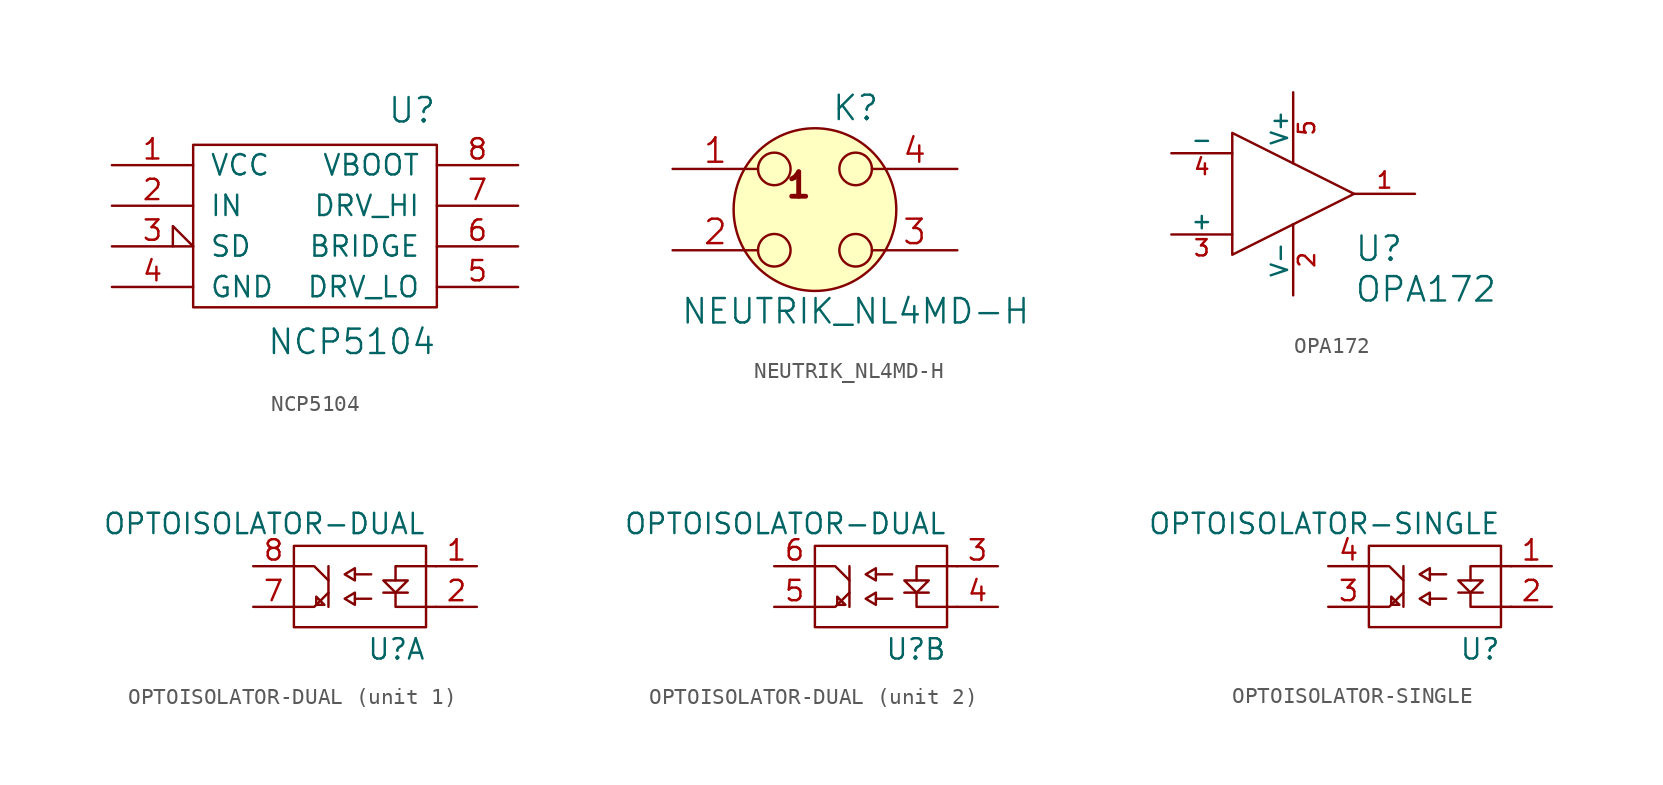
<source format=kicad_sym>
(kicad_symbol_lib
  (version 20211014)
  (generator kicad_symbol_editor)
  (symbol "NCP5104"
    (pin_names
      (offset 1.016))
    (property "Reference" "U"
      (at 7.62 6.35 0)
      (effects (font (size 1.524 1.524)) (justify right bottom)))
    (property "Value" "NCP5104"
      (at 7.62 -6.35 0)
      (effects (font (size 1.524 1.524)) (justify right top)))
    (symbol "NCP5104_0_1"
      (rectangle (start -7.62 5.08) (end 7.62 -5.08) (stroke (width 0) (type default) (color 0 0 0 0)) (fill (type none))))
    (symbol "NCP5104_1_1"
      (pin power_in line (at -12.7 3.81 0) (length 5.08) (name "VCC" (effects (font (size 1.27 1.27)))) (number "1" (effects (font (size 1.27 1.27)))))
      (pin input line (at -12.7 1.27 0) (length 5.08) (name "IN" (effects (font (size 1.27 1.27)))) (number "2" (effects (font (size 1.27 1.27)))))
      (pin input input_low (at -12.7 -1.27 0) (length 5.08) (name "SD" (effects (font (size 1.27 1.27)))) (number "3" (effects (font (size 1.27 1.27)))))
      (pin power_out line (at -12.7 -3.81 0) (length 5.08) (name "GND" (effects (font (size 1.27 1.27)))) (number "4" (effects (font (size 1.27 1.27)))))
      (pin output line (at 12.7 -3.81 180) (length 5.08) (name "DRV_LO" (effects (font (size 1.27 1.27)))) (number "5" (effects (font (size 1.27 1.27)))))
      (pin input line (at 12.7 -1.27 180) (length 5.08) (name "BRIDGE" (effects (font (size 1.27 1.27)))) (number "6" (effects (font (size 1.27 1.27)))))
      (pin output line (at 12.7 1.27 180) (length 5.08) (name "DRV_HI" (effects (font (size 1.27 1.27)))) (number "7" (effects (font (size 1.27 1.27)))))
      (pin output line (at 12.7 3.81 180) (length 5.08) (name "VBOOT" (effects (font (size 1.27 1.27)))) (number "8" (effects (font (size 1.27 1.27)))))))
  (symbol "NEUTRIK_NL4MD-H"
    (pin_names
      (offset 0.762) hide)
    (property "Reference" "K"
      (at 2.54 6.35 0)
      (effects (font (size 1.524 1.524))))
    (property "Value" "NEUTRIK_NL4MD-H"
      (at 2.54 -6.35 0)
      (effects (font (size 1.524 1.524))))
    (property "Footprint" ""
      (at 0 0 0)
      (effects (font (size 1.524 1.524))))
    (property "Datasheet" ""
      (at 0 0 0)
      (effects (font (size 1.524 1.524))))
    (symbol "NEUTRIK_NL4MD-H_0_1"
      (circle (center -2.54 -2.54) (radius 1.016) (stroke (width 0) (type default) (color 0 0 0 0)) (fill (type none)))
      (circle (center -2.54 2.54) (radius 1.016) (stroke (width 0) (type default) (color 0 0 0 0)) (fill (type none)))
      (circle (center 0 0) (radius 5.08) (stroke (width 0) (type default) (color 0 0 0 0)) (fill (type background)))
      (circle (center 2.54 -2.54) (radius 1.016) (stroke (width 0) (type default) (color 0 0 0 0)) (fill (type none)))
      (circle (center 2.54 2.54) (radius 1.016) (stroke (width 0) (type default) (color 0 0 0 0)) (fill (type none)))
      (text "1" (at -1.016 1.524 0) (effects (font (size 1.524 1.524) bold))))
    (symbol "NEUTRIK_NL4MD-H_1_1"
      (pin passive line (at -8.89 2.54 0) (length 5.334) (name "1+" (effects (font (size 1.524 1.524)))) (number "1" (effects (font (size 1.524 1.524)))))
      (pin passive line (at -8.89 -2.54 0) (length 5.334) (name "1-" (effects (font (size 1.524 1.524)))) (number "2" (effects (font (size 1.524 1.524)))))
      (pin passive line (at 8.89 -2.54 180) (length 5.334) (name "2+" (effects (font (size 1.524 1.524)))) (number "3" (effects (font (size 1.524 1.524)))))
      (pin passive line (at 8.89 2.54 180) (length 5.334) (name "2-" (effects (font (size 1.524 1.524)))) (number "4" (effects (font (size 1.524 1.524)))))))
  (symbol "OPA172"
    (pin_names
      (offset 0))
    (property "Reference" "U"
      (at 5.08 -2.54 0)
      (effects (font (size 1.524 1.524)) (justify left top)))
    (property "Value" "OPA172"
      (at 5.08 -5.08 0)
      (effects (font (size 1.524 1.524)) (justify left top)))
    (property "Footprint" ""
      (at 0 0 0)
      (effects (font (size 1.524 1.524))))
    (property "Datasheet" ""
      (at 0 0 0)
      (effects (font (size 1.524 1.524))))
    (symbol "OPA172_0_1"
      (polyline (pts (xy -2.54 -3.81) (xy -2.54 3.81) (xy 5.08 0) (xy -2.54 -3.81)) (stroke (width 0) (type default) (color 0 0 0 0)) (fill (type none))))
    (symbol "OPA172_1_1"
      (pin power_out line (at 8.89 0 180) (length 3.81) (name "~" (effects (font (size 1.016 1.016)))) (number "1" (effects (font (size 1.016 1.016)))))
      (pin power_in line (at 1.27 -6.35 90) (length 4.445) (name "V-" (effects (font (size 1.016 1.016)))) (number "2" (effects (font (size 1.016 1.016)))))
      (pin input line (at -6.35 -2.54 0) (length 3.81) (name "+" (effects (font (size 1.016 1.016)))) (number "3" (effects (font (size 1.016 1.016)))))
      (pin input line (at -6.35 2.54 0) (length 3.81) (name "-" (effects (font (size 1.016 1.016)))) (number "4" (effects (font (size 1.016 1.016)))))
      (pin power_in line (at 1.27 6.35 270) (length 4.445) (name "V+" (effects (font (size 1.016 1.016)))) (number "5" (effects (font (size 1.016 1.016)))))))
  (symbol "OPTOISOLATOR-DUAL"
    (pin_names
      (offset 1.016) hide)
    (property "Reference" "U"
      (at 4.445 -3.175 0)
      (effects (font (size 1.27 1.27)) (justify right top)))
    (property "Value" "OPTOISOLATOR-DUAL"
      (at 4.445 3.175 0)
      (effects (font (size 1.27 1.27)) (justify right bottom)))
    (property "Footprint" ""
      (at 3.81 -1.27 0)
      (effects (font (size 1.524 1.524))))
    (property "Datasheet" ""
      (at 3.81 -1.27 0)
      (effects (font (size 1.524 1.524))))
    (symbol "OPTOISOLATOR-DUAL_0_1"
      (rectangle (start -3.81 2.54) (end 4.445 -2.54) (stroke (width 0) (type default) (color 0 0 0 0)) (fill (type none)))
      (polyline (pts (xy -1.651 -1.27) (xy -1.651 1.27)) (stroke (width 0) (type default) (color 0 0 0 0)) (fill (type none)))
      (polyline (pts (xy 1.016 -0.762) (xy 0 -0.762)) (stroke (width 0) (type default) (color 0 0 0 0)) (fill (type none)))
      (polyline (pts (xy 1.016 0.762) (xy 0 0.762)) (stroke (width 0) (type default) (color 0 0 0 0)) (fill (type none)))
      (polyline (pts (xy 1.778 -0.381) (xy 3.302 -0.381)) (stroke (width 0) (type default) (color 0 0 0 0)) (fill (type none)))
      (polyline (pts (xy -1.651 -0.381) (xy -2.54 -1.27) (xy -3.81 -1.27)) (stroke (width 0) (type default) (color 0 0 0 0)) (fill (type none)))
      (polyline (pts (xy -1.651 0.381) (xy -2.54 1.27) (xy -3.81 1.27)) (stroke (width 0) (type default) (color 0 0 0 0)) (fill (type none)))
      (polyline (pts (xy 2.54 -0.381) (xy 2.54 -1.27) (xy 5.08 -1.27)) (stroke (width 0) (type default) (color 0 0 0 0)) (fill (type none)))
      (polyline (pts (xy 2.54 0.381) (xy 2.54 1.27) (xy 5.08 1.27)) (stroke (width 0) (type default) (color 0 0 0 0)) (fill (type none)))
      (polyline (pts (xy -1.905 -1.143) (xy -2.413 -0.635) (xy -2.413 -1.143) (xy -1.905 -1.143)) (stroke (width 0) (type default) (color 0 0 0 0)) (fill (type none)))
      (polyline (pts (xy 0 -0.381) (xy 0 -1.143) (xy -0.635 -0.762) (xy 0 -0.381)) (stroke (width 0) (type default) (color 0 0 0 0)) (fill (type none)))
      (polyline (pts (xy 0 0.381) (xy 0 1.143) (xy -0.635 0.762) (xy 0 0.381)) (stroke (width 0) (type default) (color 0 0 0 0)) (fill (type none)))
      (polyline (pts (xy 3.302 0.381) (xy 1.778 0.381) (xy 2.54 -0.381) (xy 3.302 0.381)) (stroke (width 0) (type default) (color 0 0 0 0)) (fill (type none))))
    (symbol "OPTOISOLATOR-DUAL_1_1"
      (pin input line (at 7.62 1.27 180) (length 2.54) (name "~" (effects (font (size 1.27 1.27)))) (number "1" (effects (font (size 1.27 1.27)))))
      (pin input line (at 7.62 -1.27 180) (length 2.54) (name "~" (effects (font (size 1.27 1.27)))) (number "2" (effects (font (size 1.27 1.27)))))
      (pin input line (at -6.35 -1.27 0) (length 2.54) (name "~" (effects (font (size 1.27 1.27)))) (number "7" (effects (font (size 1.27 1.27)))))
      (pin input line (at -6.35 1.27 0) (length 2.54) (name "~" (effects (font (size 1.27 1.27)))) (number "8" (effects (font (size 1.27 1.27))))))
    (symbol "OPTOISOLATOR-DUAL_2_1"
      (pin input line (at 7.62 1.27 180) (length 2.54) (name "~" (effects (font (size 1.27 1.27)))) (number "3" (effects (font (size 1.27 1.27)))))
      (pin input line (at 7.62 -1.27 180) (length 2.54) (name "~" (effects (font (size 1.27 1.27)))) (number "4" (effects (font (size 1.27 1.27)))))
      (pin input line (at -6.35 -1.27 0) (length 2.54) (name "~" (effects (font (size 1.27 1.27)))) (number "5" (effects (font (size 1.27 1.27)))))
      (pin input line (at -6.35 1.27 0) (length 2.54) (name "~" (effects (font (size 1.27 1.27)))) (number "6" (effects (font (size 1.27 1.27)))))))
  (symbol "OPTOISOLATOR-SINGLE"
    (pin_names
      (offset 1.016) hide)
    (property "Reference" "U"
      (at 4.445 -3.175 0)
      (effects (font (size 1.27 1.27)) (justify right top)))
    (property "Value" "OPTOISOLATOR-SINGLE"
      (at 4.445 3.175 0)
      (effects (font (size 1.27 1.27)) (justify right bottom)))
    (property "Footprint" ""
      (at 3.81 -1.27 0)
      (effects (font (size 1.524 1.524))))
    (property "Datasheet" ""
      (at 3.81 -1.27 0)
      (effects (font (size 1.524 1.524))))
    (symbol "OPTOISOLATOR-SINGLE_0_1"
      (rectangle (start -3.81 2.54) (end 4.445 -2.54) (stroke (width 0) (type default) (color 0 0 0 0)) (fill (type none)))
      (polyline (pts (xy -1.651 -1.27) (xy -1.651 1.27)) (stroke (width 0) (type default) (color 0 0 0 0)) (fill (type none)))
      (polyline (pts (xy 1.016 -0.762) (xy 0 -0.762)) (stroke (width 0) (type default) (color 0 0 0 0)) (fill (type none)))
      (polyline (pts (xy 1.016 0.762) (xy 0 0.762)) (stroke (width 0) (type default) (color 0 0 0 0)) (fill (type none)))
      (polyline (pts (xy 1.778 -0.381) (xy 3.302 -0.381)) (stroke (width 0) (type default) (color 0 0 0 0)) (fill (type none)))
      (polyline (pts (xy -1.651 -0.381) (xy -2.54 -1.27) (xy -3.81 -1.27)) (stroke (width 0) (type default) (color 0 0 0 0)) (fill (type none)))
      (polyline (pts (xy -1.651 0.381) (xy -2.54 1.27) (xy -3.81 1.27)) (stroke (width 0) (type default) (color 0 0 0 0)) (fill (type none)))
      (polyline (pts (xy 2.54 -0.381) (xy 2.54 -1.27) (xy 5.08 -1.27)) (stroke (width 0) (type default) (color 0 0 0 0)) (fill (type none)))
      (polyline (pts (xy 2.54 0.381) (xy 2.54 1.27) (xy 5.08 1.27)) (stroke (width 0) (type default) (color 0 0 0 0)) (fill (type none)))
      (polyline (pts (xy -1.905 -1.143) (xy -2.413 -0.635) (xy -2.413 -1.143) (xy -1.905 -1.143)) (stroke (width 0) (type default) (color 0 0 0 0)) (fill (type none)))
      (polyline (pts (xy 0 -0.381) (xy 0 -1.143) (xy -0.635 -0.762) (xy 0 -0.381)) (stroke (width 0) (type default) (color 0 0 0 0)) (fill (type none)))
      (polyline (pts (xy 0 0.381) (xy 0 1.143) (xy -0.635 0.762) (xy 0 0.381)) (stroke (width 0) (type default) (color 0 0 0 0)) (fill (type none)))
      (polyline (pts (xy 3.302 0.381) (xy 1.778 0.381) (xy 2.54 -0.381) (xy 3.302 0.381)) (stroke (width 0) (type default) (color 0 0 0 0)) (fill (type none))))
    (symbol "OPTOISOLATOR-SINGLE_1_1"
      (pin input line (at 7.62 1.27 180) (length 2.54) (name "~" (effects (font (size 1.27 1.27)))) (number "1" (effects (font (size 1.27 1.27)))))
      (pin input line (at 7.62 -1.27 180) (length 2.54) (name "~" (effects (font (size 1.27 1.27)))) (number "2" (effects (font (size 1.27 1.27)))))
      (pin input line (at -6.35 -1.27 0) (length 2.54) (name "~" (effects (font (size 1.27 1.27)))) (number "3" (effects (font (size 1.27 1.27)))))
      (pin input line (at -6.35 1.27 0) (length 2.54) (name "~" (effects (font (size 1.27 1.27)))) (number "4" (effects (font (size 1.27 1.27))))))))
</source>
